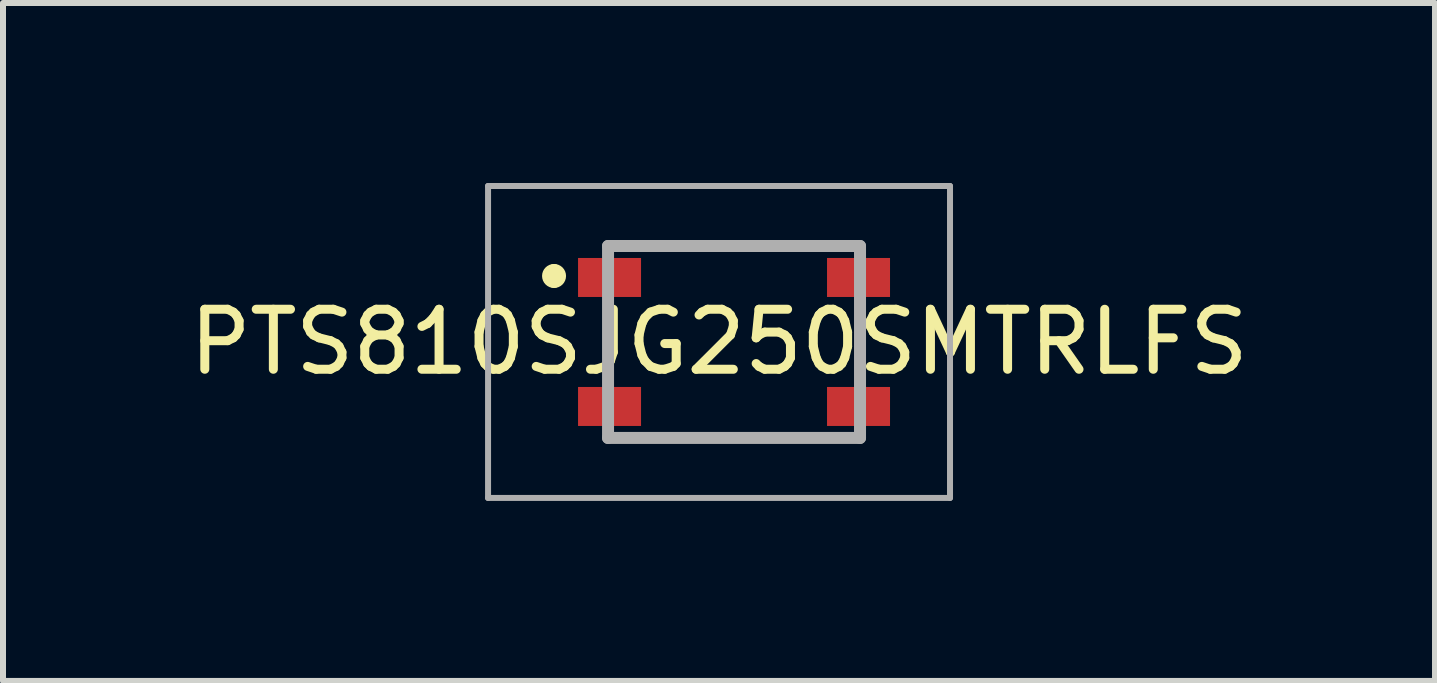
<source format=kicad_pcb>
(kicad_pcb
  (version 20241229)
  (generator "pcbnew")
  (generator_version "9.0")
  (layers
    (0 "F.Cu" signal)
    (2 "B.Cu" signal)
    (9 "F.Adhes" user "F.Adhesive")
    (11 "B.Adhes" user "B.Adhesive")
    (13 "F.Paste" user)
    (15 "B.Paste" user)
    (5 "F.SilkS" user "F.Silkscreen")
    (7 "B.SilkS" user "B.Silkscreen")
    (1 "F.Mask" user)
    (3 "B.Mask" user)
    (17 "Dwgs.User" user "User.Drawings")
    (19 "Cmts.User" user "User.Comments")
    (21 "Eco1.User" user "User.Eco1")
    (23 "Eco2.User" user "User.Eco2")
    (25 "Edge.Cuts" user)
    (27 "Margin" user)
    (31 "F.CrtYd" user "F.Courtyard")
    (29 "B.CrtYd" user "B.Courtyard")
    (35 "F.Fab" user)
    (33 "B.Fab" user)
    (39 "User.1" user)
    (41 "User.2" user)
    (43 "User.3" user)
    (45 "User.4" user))
  (footprint "PTS810SJG250SMTRLFS"
    (layer "F.Cu")
    (at 9.185 2.65)
    (property "Reference" "PTS810SJG250SMTRLFS" (at -0.25 0 0) (layer "F.SilkS") (effects (font (size 1 1) (thickness 0.15))))
    (attr through_hole)
    (fp_line (start -2.1 -1.6) (end 2.075 -1.6) (stroke (width 0.1) (type solid)) (layer "F.SilkS"))
    (fp_line (start -2.1 1.6) (end 2.075 1.6) (stroke (width 0.1) (type solid)) (layer "F.SilkS"))
    (fp_arc (start -3 -1.2) (mid -2.9 -1.1) (end -3 -1) (stroke (width 0.2) (type solid)) (layer "F.SilkS"))
    (fp_arc (start -3 -1) (mid -3.1 -1.1) (end -3 -1.2) (stroke (width 0.2) (type solid)) (layer "F.SilkS"))
    (fp_line (start -4.1 -2.6) (end 3.6 -2.6) (stroke (width 0.1) (type solid)) (layer "F.Fab"))
    (fp_line (start -4.1 2.6) (end -4.1 -2.6) (stroke (width 0.1) (type solid)) (layer "F.Fab"))
    (fp_line (start -2.1 -1.6) (end 2.1 -1.6) (stroke (width 0.2) (type solid)) (layer "F.Fab"))
    (fp_line (start -2.1 1.6) (end -2.1 -1.6) (stroke (width 0.2) (type solid)) (layer "F.Fab"))
    (fp_line (start 2.1 -1.6) (end 2.1 1.6) (stroke (width 0.2) (type solid)) (layer "F.Fab"))
    (fp_line (start 2.1 1.6) (end -2.1 1.6) (stroke (width 0.2) (type solid)) (layer "F.Fab"))
    (fp_line (start 3.6 -2.6) (end 3.6 2.6) (stroke (width 0.1) (type solid)) (layer "F.Fab"))
    (fp_line (start 3.6 2.6) (end -4.1 2.6) (stroke (width 0.1) (type solid)) (layer "F.Fab"))
    (pad "1" smd rect (at -2.075 -1.075) (size 1.05 0.65) (layers "F.Cu" "F.Mask" "F.Paste"))
    (pad "2" smd rect (at 2.075 -1.075) (size 1.05 0.65) (layers "F.Cu" "F.Mask" "F.Paste"))
    (pad "3" smd rect (at -2.075 1.075) (size 1.05 0.65) (layers "F.Cu" "F.Mask" "F.Paste"))
    (pad "4" smd rect (at 2.075 1.075) (size 1.05 0.65) (layers "F.Cu" "F.Mask" "F.Paste")))
  (gr_rect
    (start -3 -3)
    (end 20.869 8.3)
    (stroke (width 0.1) (type default))
    (fill no)
    (layer "Edge.Cuts")))
</source>
